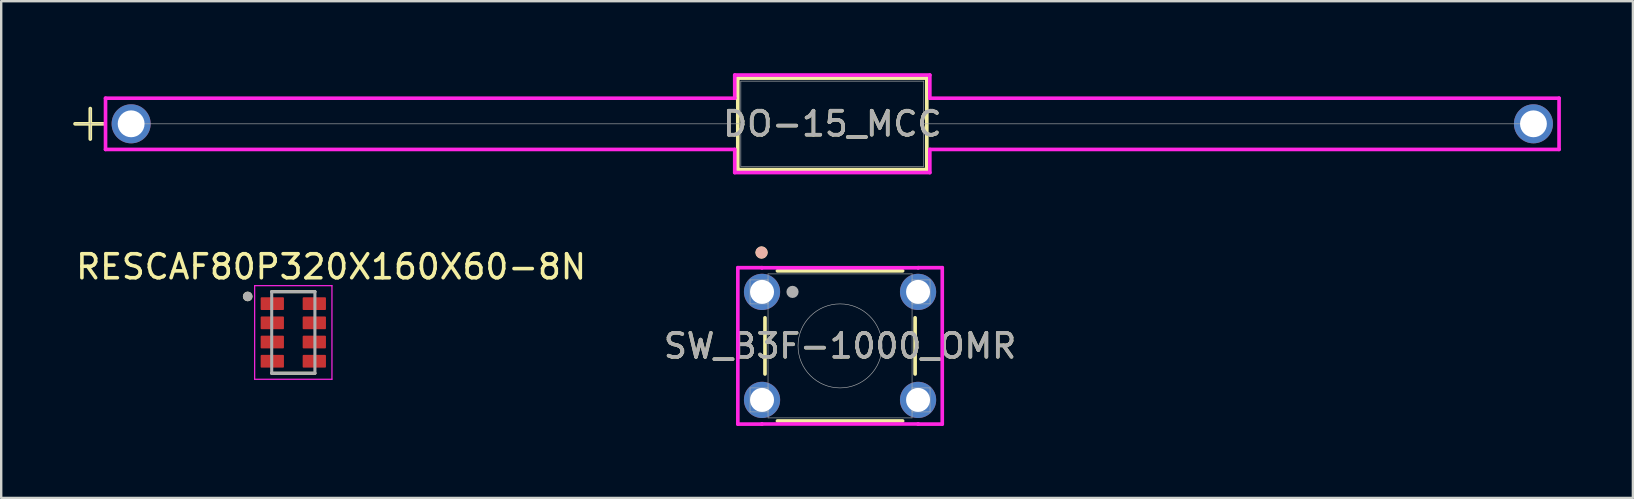
<source format=kicad_pcb>
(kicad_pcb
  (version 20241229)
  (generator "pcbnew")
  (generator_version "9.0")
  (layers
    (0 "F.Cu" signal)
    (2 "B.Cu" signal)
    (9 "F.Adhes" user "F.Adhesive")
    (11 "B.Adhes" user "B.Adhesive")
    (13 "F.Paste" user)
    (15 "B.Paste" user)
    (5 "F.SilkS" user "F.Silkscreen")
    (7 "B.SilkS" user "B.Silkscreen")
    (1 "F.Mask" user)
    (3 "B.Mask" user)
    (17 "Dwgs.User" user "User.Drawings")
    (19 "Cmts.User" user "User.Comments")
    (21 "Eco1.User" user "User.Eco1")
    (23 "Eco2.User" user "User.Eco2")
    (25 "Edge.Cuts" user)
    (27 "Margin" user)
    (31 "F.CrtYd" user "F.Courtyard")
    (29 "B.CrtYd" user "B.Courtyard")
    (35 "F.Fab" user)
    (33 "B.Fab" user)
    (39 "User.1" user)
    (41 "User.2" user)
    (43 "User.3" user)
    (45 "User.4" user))
  (footprint "RESCAF80P320X160X60-8N"
    (layer "F.Cu")
    (at 9.169 10.8)
    (property "Reference" "RESCAF80P320X160X60-8N" (at 1.575 -2.735 0) (layer "F.SilkS") (effects (font (size 1 1) (thickness 0.15))))
    (attr smd)
    (fp_line (start -0.9 -1.7) (end 0.9 -1.7) (stroke (width 0.127) (type solid)) (layer "F.SilkS"))
    (fp_line (start 0.9 1.7) (end -0.9 1.7) (stroke (width 0.127) (type solid)) (layer "F.SilkS"))
    (fp_circle (center -1.9 -1.5) (end -1.8 -1.5) (stroke (width 0.2) (type solid)) (fill no) (layer "F.SilkS"))
    (fp_line (start -1.61 -1.95) (end 1.61 -1.95) (stroke (width 0.05) (type solid)) (layer "F.CrtYd"))
    (fp_line (start -1.61 1.95) (end -1.61 -1.95) (stroke (width 0.05) (type solid)) (layer "F.CrtYd"))
    (fp_line (start 1.61 -1.95) (end 1.61 1.95) (stroke (width 0.05) (type solid)) (layer "F.CrtYd"))
    (fp_line (start 1.61 1.95) (end -1.61 1.95) (stroke (width 0.05) (type solid)) (layer "F.CrtYd"))
    (fp_line (start -0.9 -1.7) (end 0.9 -1.7) (stroke (width 0.127) (type solid)) (layer "F.Fab"))
    (fp_line (start -0.9 1.7) (end -0.9 -1.7) (stroke (width 0.127) (type solid)) (layer "F.Fab"))
    (fp_line (start 0.9 -1.7) (end 0.9 1.7) (stroke (width 0.127) (type solid)) (layer "F.Fab"))
    (fp_line (start 0.9 1.7) (end -0.9 1.7) (stroke (width 0.127) (type solid)) (layer "F.Fab"))
    (fp_circle (center -1.9 -1.5) (end -1.8 -1.5) (stroke (width 0.2) (type solid)) (fill no) (layer "F.Fab"))
    (pad "1" smd roundrect (at -0.875 -1.2) (size 0.97 0.53) (layers "F.Cu" "F.Mask" "F.Paste") (roundrect_rratio 0.07))
    (pad "2" smd roundrect (at -0.875 -0.4) (size 0.97 0.53) (layers "F.Cu" "F.Mask" "F.Paste") (roundrect_rratio 0.07))
    (pad "3" smd roundrect (at -0.875 0.4) (size 0.97 0.53) (layers "F.Cu" "F.Mask" "F.Paste") (roundrect_rratio 0.07))
    (pad "4" smd roundrect (at -0.875 1.2) (size 0.97 0.53) (layers "F.Cu" "F.Mask" "F.Paste") (roundrect_rratio 0.07))
    (pad "5" smd roundrect (at 0.875 1.2 180) (size 0.97 0.53) (layers "F.Cu" "F.Mask" "F.Paste") (roundrect_rratio 0.07))
    (pad "6" smd roundrect (at 0.875 0.4 180) (size 0.97 0.53) (layers "F.Cu" "F.Mask" "F.Paste") (roundrect_rratio 0.07))
    (pad "7" smd roundrect (at 0.875 -0.4 180) (size 0.97 0.53) (layers "F.Cu" "F.Mask" "F.Paste") (roundrect_rratio 0.07))
    (pad "8" smd roundrect (at 0.875 -1.2 180) (size 0.97 0.53) (layers "F.Cu" "F.Mask" "F.Paste") (roundrect_rratio 0.07)))
  (footprint "DO-15_MCC"
    (layer "F.Cu")
    (at 2.413 2.108)
    (property "Reference" "DO-15_MCC" (at 29.21 0 0) (unlocked yes) (layer "F.SilkS") (effects (font (size 1 1) (thickness 0.15))))
    (attr through_hole)
    (fp_line (start -2.337 0) (end -1.146 0) (stroke (width 0.152) (type solid)) (layer "F.SilkS"))
    (fp_line (start -1.702 -0.635) (end -1.702 0.635) (stroke (width 0.152) (type solid)) (layer "F.SilkS"))
    (fp_line (start 25.273 -1.905) (end 25.273 1.905) (stroke (width 0.152) (type solid)) (layer "F.SilkS"))
    (fp_line (start 25.273 1.905) (end 33.147 1.905) (stroke (width 0.152) (type solid)) (layer "F.SilkS"))
    (fp_line (start 33.147 -1.905) (end 25.273 -1.905) (stroke (width 0.152) (type solid)) (layer "F.SilkS"))
    (fp_line (start 33.147 1.905) (end 33.147 -1.905) (stroke (width 0.152) (type solid)) (layer "F.SilkS"))
    (fp_line (start -1.067 -1.067) (end 25.146 -1.067) (stroke (width 0.152) (type solid)) (layer "F.CrtYd"))
    (fp_line (start -1.067 1.067) (end -1.067 -1.067) (stroke (width 0.152) (type solid)) (layer "F.CrtYd"))
    (fp_line (start -1.067 1.067) (end 25.146 1.067) (stroke (width 0.152) (type solid)) (layer "F.CrtYd"))
    (fp_line (start 25.146 -2.032) (end 33.274 -2.032) (stroke (width 0.152) (type solid)) (layer "F.CrtYd"))
    (fp_line (start 25.146 -1.067) (end 25.146 -2.032) (stroke (width 0.152) (type solid)) (layer "F.CrtYd"))
    (fp_line (start 25.146 1.067) (end 25.146 2.032) (stroke (width 0.152) (type solid)) (layer "F.CrtYd"))
    (fp_line (start 25.146 2.032) (end 33.274 2.032) (stroke (width 0.152) (type solid)) (layer "F.CrtYd"))
    (fp_line (start 33.274 -2.032) (end 33.274 -1.067) (stroke (width 0.152) (type solid)) (layer "F.CrtYd"))
    (fp_line (start 33.274 -1.067) (end 59.487 -1.067) (stroke (width 0.152) (type solid)) (layer "F.CrtYd"))
    (fp_line (start 33.274 1.067) (end 59.487 1.067) (stroke (width 0.152) (type solid)) (layer "F.CrtYd"))
    (fp_line (start 33.274 2.032) (end 33.274 1.067) (stroke (width 0.152) (type solid)) (layer "F.CrtYd"))
    (fp_line (start 59.487 -1.067) (end 59.487 1.067) (stroke (width 0.152) (type solid)) (layer "F.CrtYd"))
    (fp_line (start -2.337 0) (end -1.067 0) (stroke (width 0.025) (type solid)) (layer "F.Fab"))
    (fp_line (start -1.702 -0.635) (end -1.702 0.635) (stroke (width 0.025) (type solid)) (layer "F.Fab"))
    (fp_line (start 0 0) (end 25.4 0) (stroke (width 0.025) (type solid)) (layer "F.Fab"))
    (fp_line (start 25.4 -1.778) (end 25.4 1.778) (stroke (width 0.025) (type solid)) (layer "F.Fab"))
    (fp_line (start 25.4 1.778) (end 33.02 1.778) (stroke (width 0.025) (type solid)) (layer "F.Fab"))
    (fp_line (start 33.02 -1.778) (end 25.4 -1.778) (stroke (width 0.025) (type solid)) (layer "F.Fab"))
    (fp_line (start 33.02 1.778) (end 33.02 -1.778) (stroke (width 0.025) (type solid)) (layer "F.Fab"))
    (fp_line (start 58.42 0) (end 33.02 0) (stroke (width 0.025) (type solid)) (layer "F.Fab"))
    (fp_text user "${REFERENCE}" (at 29.21 0 0) (unlocked yes) (layer "F.Fab") (effects (font (size 1 1) (thickness 0.15))))
    (pad "1" thru_hole circle (at 0 0) (size 1.626 1.626) (drill 1.118) (layers "*.Cu" "*.Mask"))
    (pad "2" thru_hole circle (at 58.42 0) (size 1.626 1.626) (drill 1.118) (layers "*.Cu" "*.Mask")))
  (footprint "SW_B3F-1000_OMR"
    (layer "F.Cu")
    (at 28.696 9.11)
    (property "Reference" "SW_B3F-1000_OMR" (at 3.25 2.25 0) (unlocked yes) (layer "F.SilkS") (effects (font (size 1 1) (thickness 0.15))))
    (attr through_hole)
    (fp_line (start 0.123 1.08) (end 0.123 3.42) (stroke (width 0.152) (type solid)) (layer "F.SilkS"))
    (fp_line (start 0.642 5.377) (end 5.858 5.377) (stroke (width 0.152) (type solid)) (layer "F.SilkS"))
    (fp_line (start 5.858 -0.877) (end 0.642 -0.877) (stroke (width 0.152) (type solid)) (layer "F.SilkS"))
    (fp_line (start 6.377 3.42) (end 6.377 1.08) (stroke (width 0.152) (type solid)) (layer "F.SilkS"))
    (fp_circle (center -0.02 -1.64) (end 0.107 -1.64) (stroke (width 0.254) (type solid)) (fill no) (layer "F.SilkS"))
    (fp_circle (center -0.02 -1.64) (end 0.107 -1.64) (stroke (width 0.254) (type solid)) (fill no) (layer "B.SilkS"))
    (fp_line (start -1.008 -1.008) (end -0.004 -1.008) (stroke (width 0.152) (type solid)) (layer "F.CrtYd"))
    (fp_line (start -1.008 5.508) (end -1.008 -1.008) (stroke (width 0.152) (type solid)) (layer "F.CrtYd"))
    (fp_line (start -1.008 5.508) (end -0.004 5.508) (stroke (width 0.152) (type solid)) (layer "F.CrtYd"))
    (fp_line (start -0.004 -1.008) (end -0.004 -1.004) (stroke (width 0.152) (type solid)) (layer "F.CrtYd"))
    (fp_line (start -0.004 -1.004) (end 6.504 -1.004) (stroke (width 0.152) (type solid)) (layer "F.CrtYd"))
    (fp_line (start -0.004 5.504) (end -0.004 5.508) (stroke (width 0.152) (type solid)) (layer "F.CrtYd"))
    (fp_line (start 6.504 -1.004) (end 6.504 -1.008) (stroke (width 0.152) (type solid)) (layer "F.CrtYd"))
    (fp_line (start 6.504 5.504) (end -0.004 5.504) (stroke (width 0.152) (type solid)) (layer "F.CrtYd"))
    (fp_line (start 6.504 5.508) (end 6.504 5.504) (stroke (width 0.152) (type solid)) (layer "F.CrtYd"))
    (fp_line (start 7.508 -1.008) (end 6.504 -1.008) (stroke (width 0.152) (type solid)) (layer "F.CrtYd"))
    (fp_line (start 7.508 -1.008) (end 7.508 5.508) (stroke (width 0.152) (type solid)) (layer "F.CrtYd"))
    (fp_line (start 7.508 5.508) (end 6.504 5.508) (stroke (width 0.152) (type solid)) (layer "F.CrtYd"))
    (fp_line (start -0.5 -0.5) (end -0.5 0.5) (stroke (width 0.025) (type solid)) (layer "F.Fab"))
    (fp_line (start -0.5 0.5) (end 0.25 0.5) (stroke (width 0.025) (type solid)) (layer "F.Fab"))
    (fp_line (start -0.5 4) (end -0.5 5) (stroke (width 0.025) (type solid)) (layer "F.Fab"))
    (fp_line (start -0.5 5) (end 0.25 5) (stroke (width 0.025) (type solid)) (layer "F.Fab"))
    (fp_line (start 0.25 -0.75) (end 0.25 5.25) (stroke (width 0.025) (type solid)) (layer "F.Fab"))
    (fp_line (start 0.25 5.25) (end 6.25 5.25) (stroke (width 0.025) (type solid)) (layer "F.Fab"))
    (fp_line (start 0.25 -0.5) (end -0.5 -0.5) (stroke (width 0.025) (type solid)) (layer "F.Fab"))
    (fp_line (start 0.25 0.5) (end 0.25 -0.5) (stroke (width 0.025) (type solid)) (layer "F.Fab"))
    (fp_line (start 0.25 4) (end -0.5 4) (stroke (width 0.025) (type solid)) (layer "F.Fab"))
    (fp_line (start 0.25 5) (end 0.25 4) (stroke (width 0.025) (type solid)) (layer "F.Fab"))
    (fp_line (start 6.25 -0.5) (end 6.25 0.5) (stroke (width 0.025) (type solid)) (layer "F.Fab"))
    (fp_line (start 6.25 0.5) (end 7 0.5) (stroke (width 0.025) (type solid)) (layer "F.Fab"))
    (fp_line (start 6.25 4) (end 6.25 5) (stroke (width 0.025) (type solid)) (layer "F.Fab"))
    (fp_line (start 6.25 5) (end 7 5) (stroke (width 0.025) (type solid)) (layer "F.Fab"))
    (fp_line (start 6.25 -0.75) (end 0.25 -0.75) (stroke (width 0.025) (type solid)) (layer "F.Fab"))
    (fp_line (start 6.25 5.25) (end 6.25 -0.75) (stroke (width 0.025) (type solid)) (layer "F.Fab"))
    (fp_line (start 7 -0.5) (end 6.25 -0.5) (stroke (width 0.025) (type solid)) (layer "F.Fab"))
    (fp_line (start 7 0.5) (end 7 -0.5) (stroke (width 0.025) (type solid)) (layer "F.Fab"))
    (fp_line (start 7 4) (end 6.25 4) (stroke (width 0.025) (type solid)) (layer "F.Fab"))
    (fp_line (start 7 5) (end 7 4) (stroke (width 0.025) (type solid)) (layer "F.Fab"))
    (fp_circle (center 1.27 0) (end 1.397 0) (stroke (width 0.254) (type solid)) (fill no) (layer "F.Fab"))
    (fp_circle (center 3.25 2.25) (end 5 2.25) (stroke (width 0.025) (type solid)) (fill no) (layer "F.Fab"))
    (fp_text user "${REFERENCE}" (at 3.25 2.25 0) (unlocked yes) (layer "F.Fab") (effects (font (size 1 1) (thickness 0.15))))
    (pad "1" thru_hole circle (at 0 0) (size 1.508 1.508) (drill 1) (layers "*.Cu" "*.Mask"))
    (pad "2" thru_hole circle (at 6.5 0) (size 1.508 1.508) (drill 1) (layers "*.Cu" "*.Mask"))
    (pad "3" thru_hole circle (at 0 4.5) (size 1.508 1.508) (drill 1) (layers "*.Cu" "*.Mask"))
    (pad "4" thru_hole circle (at 6.5 4.5) (size 1.508 1.508) (drill 1) (layers "*.Cu" "*.Mask")))
  (gr_rect
    (start -3 -3)
    (end 64.976 17.695)
    (stroke (width 0.1) (type default))
    (fill no)
    (layer "Edge.Cuts")))
</source>
